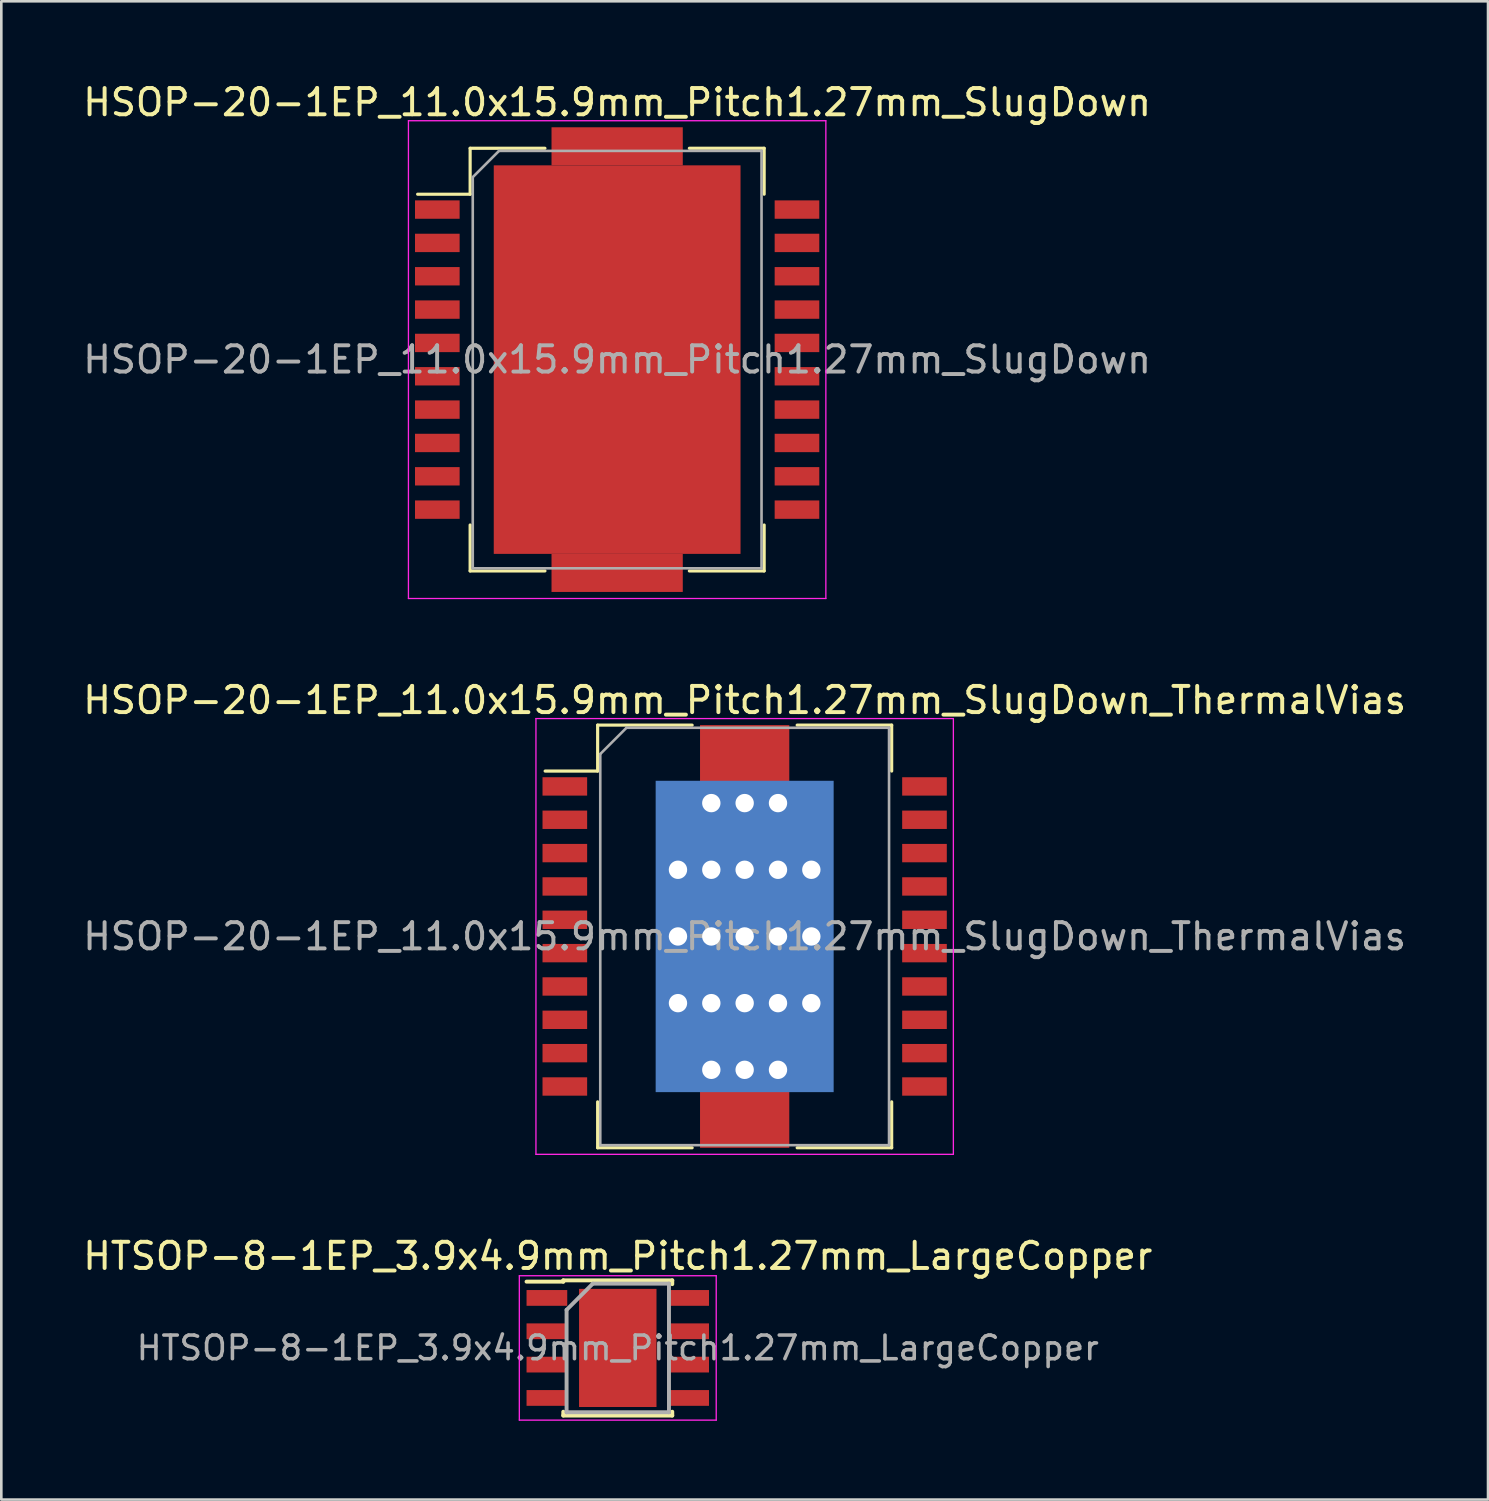
<source format=kicad_pcb>
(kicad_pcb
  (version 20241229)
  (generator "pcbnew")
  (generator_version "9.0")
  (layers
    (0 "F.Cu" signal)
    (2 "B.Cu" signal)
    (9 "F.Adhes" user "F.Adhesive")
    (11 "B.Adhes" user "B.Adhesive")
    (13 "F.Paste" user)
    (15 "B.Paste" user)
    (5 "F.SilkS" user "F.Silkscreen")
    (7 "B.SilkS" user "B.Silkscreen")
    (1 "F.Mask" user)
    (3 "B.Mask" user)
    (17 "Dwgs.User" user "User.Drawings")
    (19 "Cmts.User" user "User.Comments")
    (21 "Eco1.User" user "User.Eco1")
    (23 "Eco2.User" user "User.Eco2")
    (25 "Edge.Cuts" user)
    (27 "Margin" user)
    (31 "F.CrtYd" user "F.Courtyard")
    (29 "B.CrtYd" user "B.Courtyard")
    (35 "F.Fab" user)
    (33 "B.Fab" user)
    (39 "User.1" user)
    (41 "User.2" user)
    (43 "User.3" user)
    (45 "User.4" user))
  (footprint "HSOP-20-1EP_11.0x15.9mm_Pitch1.27mm_SlugDown"
    (layer "F.Cu")
    (at 20.458 10.648)
    (property "Reference" "HSOP-20-1EP_11.0x15.9mm_Pitch1.27mm_SlugDown" (at 0 -9.8 0) (layer "F.SilkS") (effects (font (size 1 1) (thickness 0.15))))
    (attr smd)
    (fp_line (start -5.6 -8.05) (end -5.6 -6.3) (stroke (width 0.12) (type solid)) (layer "F.SilkS"))
    (fp_line (start -5.6 -6.3) (end -7.6 -6.3) (stroke (width 0.12) (type solid)) (layer "F.SilkS"))
    (fp_line (start -5.6 8.05) (end -5.6 6.3) (stroke (width 0.12) (type solid)) (layer "F.SilkS"))
    (fp_line (start -2.75 -8.05) (end -5.6 -8.05) (stroke (width 0.12) (type solid)) (layer "F.SilkS"))
    (fp_line (start -2.75 8.05) (end -5.6 8.05) (stroke (width 0.12) (type solid)) (layer "F.SilkS"))
    (fp_line (start 5.6 -8.05) (end 2.75 -8.05) (stroke (width 0.12) (type solid)) (layer "F.SilkS"))
    (fp_line (start 5.6 -8.05) (end 5.6 -6.3) (stroke (width 0.12) (type solid)) (layer "F.SilkS"))
    (fp_line (start 5.6 8.05) (end 2.75 8.05) (stroke (width 0.12) (type solid)) (layer "F.SilkS"))
    (fp_line (start 5.6 8.05) (end 5.6 6.3) (stroke (width 0.12) (type solid)) (layer "F.SilkS"))
    (fp_line (start -7.95 -9.1) (end -7.95 9.1) (stroke (width 0.05) (type solid)) (layer "F.CrtYd"))
    (fp_line (start -7.95 -9.1) (end 7.95 -9.1) (stroke (width 0.05) (type solid)) (layer "F.CrtYd"))
    (fp_line (start 7.95 9.1) (end -7.95 9.1) (stroke (width 0.05) (type solid)) (layer "F.CrtYd"))
    (fp_line (start 7.95 9.1) (end 7.95 -9.1) (stroke (width 0.05) (type solid)) (layer "F.CrtYd"))
    (fp_line (start -5.5 -6.95) (end -5.5 7.95) (stroke (width 0.1) (type solid)) (layer "F.Fab"))
    (fp_line (start -5.5 7.95) (end 5.5 7.95) (stroke (width 0.1) (type solid)) (layer "F.Fab"))
    (fp_line (start -4.5 -7.95) (end -5.5 -6.95) (stroke (width 0.1) (type solid)) (layer "F.Fab"))
    (fp_line (start 5.5 -7.95) (end -4.5 -7.95) (stroke (width 0.1) (type solid)) (layer "F.Fab"))
    (fp_line (start 5.5 7.95) (end 5.5 -7.95) (stroke (width 0.1) (type solid)) (layer "F.Fab"))
    (fp_text user "${REFERENCE}" (at 0 0 0) (layer "F.Fab") (effects (font (size 1 1) (thickness 0.15))))
    (pad "1" smd rect (at -6.85 -5.715) (size 1.7 0.7) (layers "F.Cu" "F.Mask" "F.Paste"))
    (pad "2" smd rect (at -6.85 -4.445) (size 1.7 0.7) (layers "F.Cu" "F.Mask" "F.Paste"))
    (pad "3" smd rect (at -6.85 -3.175) (size 1.7 0.7) (layers "F.Cu" "F.Mask" "F.Paste"))
    (pad "4" smd rect (at -6.85 -1.905) (size 1.7 0.7) (layers "F.Cu" "F.Mask" "F.Paste"))
    (pad "5" smd rect (at -6.85 -0.635) (size 1.7 0.7) (layers "F.Cu" "F.Mask" "F.Paste"))
    (pad "6" smd rect (at -6.85 0.635) (size 1.7 0.7) (layers "F.Cu" "F.Mask" "F.Paste"))
    (pad "7" smd rect (at -6.85 1.905) (size 1.7 0.7) (layers "F.Cu" "F.Mask" "F.Paste"))
    (pad "8" smd rect (at -6.85 3.175) (size 1.7 0.7) (layers "F.Cu" "F.Mask" "F.Paste"))
    (pad "9" smd rect (at -6.85 4.445) (size 1.7 0.7) (layers "F.Cu" "F.Mask" "F.Paste"))
    (pad "10" smd rect (at -6.85 5.715) (size 1.7 0.7) (layers "F.Cu" "F.Mask" "F.Paste"))
    (pad "11" smd rect (at 6.85 5.715) (size 1.7 0.7) (layers "F.Cu" "F.Mask" "F.Paste"))
    (pad "12" smd rect (at 6.85 4.445) (size 1.7 0.7) (layers "F.Cu" "F.Mask" "F.Paste"))
    (pad "13" smd rect (at 6.85 3.175) (size 1.7 0.7) (layers "F.Cu" "F.Mask" "F.Paste"))
    (pad "14" smd rect (at 6.85 1.905) (size 1.7 0.7) (layers "F.Cu" "F.Mask" "F.Paste"))
    (pad "15" smd rect (at 6.85 0.635) (size 1.7 0.7) (layers "F.Cu" "F.Mask" "F.Paste"))
    (pad "16" smd rect (at 6.85 -0.635) (size 1.7 0.7) (layers "F.Cu" "F.Mask" "F.Paste"))
    (pad "17" smd rect (at 6.85 -1.905) (size 1.7 0.7) (layers "F.Cu" "F.Mask" "F.Paste"))
    (pad "18" smd rect (at 6.85 -3.175) (size 1.7 0.7) (layers "F.Cu" "F.Mask" "F.Paste"))
    (pad "19" smd rect (at 6.85 -4.445) (size 1.7 0.7) (layers "F.Cu" "F.Mask" "F.Paste"))
    (pad "20" smd rect (at 6.85 -5.715) (size 1.7 0.7) (layers "F.Cu" "F.Mask" "F.Paste"))
    (pad "21" smd rect (at 0 -8.125) (size 5 1.45) (layers "F.Cu" "F.Mask" "F.Paste"))
    (pad "21" smd rect (at 0 0) (size 9.4 14.8) (layers "F.Cu" "F.Mask" "F.Paste"))
    (pad "21" smd rect (at 0 8.125) (size 5 1.45) (layers "F.Cu" "F.Mask" "F.Paste")))
  (footprint "HSOP-20-1EP_11.0x15.9mm_Pitch1.27mm_SlugDown_ThermalVias"
    (layer "F.Cu")
    (at 25.315 32.621)
    (property "Reference" "HSOP-20-1EP_11.0x15.9mm_Pitch1.27mm_SlugDown_ThermalVias" (at 0 -9 0) (layer "F.SilkS") (effects (font (size 1 1) (thickness 0.15))))
    (attr smd)
    (fp_line (start -5.6 -8.05) (end -5.6 -6.3) (stroke (width 0.12) (type solid)) (layer "F.SilkS"))
    (fp_line (start -5.6 -6.3) (end -7.6 -6.3) (stroke (width 0.12) (type solid)) (layer "F.SilkS"))
    (fp_line (start -5.6 8.05) (end -5.6 6.3) (stroke (width 0.12) (type solid)) (layer "F.SilkS"))
    (fp_line (start -2 -8.05) (end -5.6 -8.05) (stroke (width 0.12) (type solid)) (layer "F.SilkS"))
    (fp_line (start -2 8.05) (end -5.6 8.05) (stroke (width 0.12) (type solid)) (layer "F.SilkS"))
    (fp_line (start 5.6 -8.05) (end 2 -8.05) (stroke (width 0.12) (type solid)) (layer "F.SilkS"))
    (fp_line (start 5.6 -8.05) (end 5.6 -6.3) (stroke (width 0.12) (type solid)) (layer "F.SilkS"))
    (fp_line (start 5.6 8.05) (end 2 8.05) (stroke (width 0.12) (type solid)) (layer "F.SilkS"))
    (fp_line (start 5.6 8.05) (end 5.6 6.3) (stroke (width 0.12) (type solid)) (layer "F.SilkS"))
    (fp_line (start -7.95 -8.3) (end -7.95 8.3) (stroke (width 0.05) (type solid)) (layer "F.CrtYd"))
    (fp_line (start -7.95 -8.3) (end 7.95 -8.3) (stroke (width 0.05) (type solid)) (layer "F.CrtYd"))
    (fp_line (start 7.95 8.3) (end -7.95 8.3) (stroke (width 0.05) (type solid)) (layer "F.CrtYd"))
    (fp_line (start 7.95 8.3) (end 7.95 -8.3) (stroke (width 0.05) (type solid)) (layer "F.CrtYd"))
    (fp_line (start -5.5 -6.95) (end -5.5 7.95) (stroke (width 0.1) (type solid)) (layer "F.Fab"))
    (fp_line (start -5.5 7.95) (end 5.5 7.95) (stroke (width 0.1) (type solid)) (layer "F.Fab"))
    (fp_line (start -4.5 -7.95) (end -5.5 -6.95) (stroke (width 0.1) (type solid)) (layer "F.Fab"))
    (fp_line (start 5.5 -7.95) (end -4.5 -7.95) (stroke (width 0.1) (type solid)) (layer "F.Fab"))
    (fp_line (start 5.5 7.95) (end 5.5 -7.95) (stroke (width 0.1) (type solid)) (layer "F.Fab"))
    (fp_text user "${REFERENCE}" (at 0 0 0) (layer "F.Fab") (effects (font (size 1 1) (thickness 0.15))))
    (pad "1" smd rect (at -6.85 -5.715) (size 1.7 0.7) (layers "F.Cu" "F.Mask" "F.Paste"))
    (pad "2" smd rect (at -6.85 -4.445) (size 1.7 0.7) (layers "F.Cu" "F.Mask" "F.Paste"))
    (pad "3" smd rect (at -6.85 -3.175) (size 1.7 0.7) (layers "F.Cu" "F.Mask" "F.Paste"))
    (pad "4" smd rect (at -6.85 -1.905) (size 1.7 0.7) (layers "F.Cu" "F.Mask" "F.Paste"))
    (pad "5" smd rect (at -6.85 -0.635) (size 1.7 0.7) (layers "F.Cu" "F.Mask" "F.Paste"))
    (pad "6" smd rect (at -6.85 0.635) (size 1.7 0.7) (layers "F.Cu" "F.Mask" "F.Paste"))
    (pad "7" smd rect (at -6.85 1.905) (size 1.7 0.7) (layers "F.Cu" "F.Mask" "F.Paste"))
    (pad "8" smd rect (at -6.85 3.175) (size 1.7 0.7) (layers "F.Cu" "F.Mask" "F.Paste"))
    (pad "9" smd rect (at -6.85 4.445) (size 1.7 0.7) (layers "F.Cu" "F.Mask" "F.Paste"))
    (pad "10" smd rect (at -6.85 5.715) (size 1.7 0.7) (layers "F.Cu" "F.Mask" "F.Paste"))
    (pad "11" smd rect (at 6.85 5.715) (size 1.7 0.7) (layers "F.Cu" "F.Mask" "F.Paste"))
    (pad "12" smd rect (at 6.85 4.445) (size 1.7 0.7) (layers "F.Cu" "F.Mask" "F.Paste"))
    (pad "13" smd rect (at 6.85 3.175) (size 1.7 0.7) (layers "F.Cu" "F.Mask" "F.Paste"))
    (pad "14" smd rect (at 6.85 1.905) (size 1.7 0.7) (layers "F.Cu" "F.Mask" "F.Paste"))
    (pad "15" smd rect (at 6.85 0.635) (size 1.7 0.7) (layers "F.Cu" "F.Mask" "F.Paste"))
    (pad "16" smd rect (at 6.85 -0.635) (size 1.7 0.7) (layers "F.Cu" "F.Mask" "F.Paste"))
    (pad "17" smd rect (at 6.85 -1.905) (size 1.7 0.7) (layers "F.Cu" "F.Mask" "F.Paste"))
    (pad "18" smd rect (at 6.85 -3.175) (size 1.7 0.7) (layers "F.Cu" "F.Mask" "F.Paste"))
    (pad "19" smd rect (at 6.85 -4.445) (size 1.7 0.7) (layers "F.Cu" "F.Mask" "F.Paste"))
    (pad "20" smd rect (at 6.85 -5.715) (size 1.7 0.7) (layers "F.Cu" "F.Mask" "F.Paste"))
    (pad "21" thru_hole circle (at -2.54 -2.54) (size 1 1) (drill 0.7) (layers "*.Cu" "*.Mask"))
    (pad "21" thru_hole circle (at -2.54 0) (size 1 1) (drill 0.7) (layers "*.Cu" "*.Mask"))
    (pad "21" thru_hole circle (at -2.54 2.54) (size 1 1) (drill 0.7) (layers "*.Cu" "*.Mask"))
    (pad "21" thru_hole circle (at -1.27 -5.08) (size 1 1) (drill 0.7) (layers "*.Cu" "*.Mask"))
    (pad "21" thru_hole circle (at -1.27 -2.54) (size 1 1) (drill 0.7) (layers "*.Cu" "*.Mask"))
    (pad "21" thru_hole circle (at -1.27 0) (size 1 1) (drill 0.7) (layers "*.Cu" "*.Mask"))
    (pad "21" thru_hole circle (at -1.27 2.54) (size 1 1) (drill 0.7) (layers "*.Cu" "*.Mask"))
    (pad "21" thru_hole circle (at -1.27 5.08) (size 1 1) (drill 0.7) (layers "*.Cu" "*.Mask"))
    (pad "21" smd rect (at 0 -6.843) (size 3.4 2.415) (layers "F.Cu" "F.Mask" "F.Paste"))
    (pad "21" thru_hole circle (at 0 -5.08) (size 1 1) (drill 0.7) (layers "*.Cu" "*.Mask"))
    (pad "21" thru_hole circle (at 0 -2.54) (size 1 1) (drill 0.7) (layers "*.Cu" "*.Mask"))
    (pad "21" thru_hole circle (at 0 0) (size 1 1) (drill 0.7) (layers "*.Cu" "*.Mask"))
    (pad "21" smd rect (at 0 0) (size 6.4 11.27) (layers "F.Cu" "F.Mask" "F.Paste"))
    (pad "21" smd rect (at 0 0) (size 6.78 11.86) (layers "B.Cu" "B.Mask"))
    (pad "21" thru_hole circle (at 0 2.54) (size 1 1) (drill 0.7) (layers "*.Cu" "*.Mask"))
    (pad "21" thru_hole circle (at 0 5.08) (size 1 1) (drill 0.7) (layers "*.Cu" "*.Mask"))
    (pad "21" smd rect (at 0 6.843) (size 3.4 2.415) (layers "F.Cu" "F.Mask" "F.Paste"))
    (pad "21" thru_hole circle (at 1.27 -5.08) (size 1 1) (drill 0.7) (layers "*.Cu" "*.Mask"))
    (pad "21" thru_hole circle (at 1.27 -2.54) (size 1 1) (drill 0.7) (layers "*.Cu" "*.Mask"))
    (pad "21" thru_hole circle (at 1.27 0) (size 1 1) (drill 0.7) (layers "*.Cu" "*.Mask"))
    (pad "21" thru_hole circle (at 1.27 2.54) (size 1 1) (drill 0.7) (layers "*.Cu" "*.Mask"))
    (pad "21" thru_hole circle (at 1.27 5.08) (size 1 1) (drill 0.7) (layers "*.Cu" "*.Mask"))
    (pad "21" thru_hole circle (at 2.54 -2.54) (size 1 1) (drill 0.7) (layers "*.Cu" "*.Mask"))
    (pad "21" thru_hole circle (at 2.54 0) (size 1 1) (drill 0.7) (layers "*.Cu" "*.Mask"))
    (pad "21" thru_hole circle (at 2.54 2.54) (size 1 1) (drill 0.7) (layers "*.Cu" "*.Mask")))
  (footprint "HTSOP-8-1EP_3.9x4.9mm_Pitch1.27mm_LargeCopper"
    (layer "F.Cu")
    (at 20.482 48.295)
    (property "Reference" "HTSOP-8-1EP_3.9x4.9mm_Pitch1.27mm_LargeCopper" (at 0 -3.5 0) (layer "F.SilkS") (effects (font (size 1 1) (thickness 0.15))))
    (attr smd)
    (fp_line (start -2.075 -2.575) (end -2.075 -2.525) (stroke (width 0.15) (type solid)) (layer "F.SilkS"))
    (fp_line (start -2.075 -2.575) (end 2.075 -2.575) (stroke (width 0.15) (type solid)) (layer "F.SilkS"))
    (fp_line (start -2.075 -2.525) (end -3.475 -2.525) (stroke (width 0.15) (type solid)) (layer "F.SilkS"))
    (fp_line (start -2.075 2.575) (end -2.075 2.43) (stroke (width 0.15) (type solid)) (layer "F.SilkS"))
    (fp_line (start -2.075 2.575) (end 2.075 2.575) (stroke (width 0.15) (type solid)) (layer "F.SilkS"))
    (fp_line (start 2.075 -2.575) (end 2.075 -2.43) (stroke (width 0.15) (type solid)) (layer "F.SilkS"))
    (fp_line (start 2.075 2.575) (end 2.075 2.43) (stroke (width 0.15) (type solid)) (layer "F.SilkS"))
    (fp_line (start -3.75 -2.75) (end -3.75 2.75) (stroke (width 0.05) (type solid)) (layer "F.CrtYd"))
    (fp_line (start -3.75 -2.75) (end 3.75 -2.75) (stroke (width 0.05) (type solid)) (layer "F.CrtYd"))
    (fp_line (start -3.75 2.75) (end 3.75 2.75) (stroke (width 0.05) (type solid)) (layer "F.CrtYd"))
    (fp_line (start 3.75 -2.75) (end 3.75 2.75) (stroke (width 0.05) (type solid)) (layer "F.CrtYd"))
    (fp_line (start -1.95 -1.45) (end -0.95 -2.45) (stroke (width 0.15) (type solid)) (layer "F.Fab"))
    (fp_line (start -1.95 2.45) (end -1.95 -1.45) (stroke (width 0.15) (type solid)) (layer "F.Fab"))
    (fp_line (start -0.95 -2.45) (end 1.95 -2.45) (stroke (width 0.15) (type solid)) (layer "F.Fab"))
    (fp_line (start 1.95 -2.45) (end 1.95 2.45) (stroke (width 0.15) (type solid)) (layer "F.Fab"))
    (fp_line (start 1.95 2.45) (end -1.95 2.45) (stroke (width 0.15) (type solid)) (layer "F.Fab"))
    (fp_text user "${REFERENCE}" (at 0 0 0) (layer "F.Fab") (effects (font (size 0.9 0.9) (thickness 0.135))))
    (pad "1" smd rect (at -2.7 -1.905) (size 1.55 0.6) (layers "F.Cu" "F.Mask" "F.Paste"))
    (pad "2" smd rect (at -2.7 -0.635) (size 1.55 0.6) (layers "F.Cu" "F.Mask" "F.Paste"))
    (pad "3" smd rect (at -2.7 0.635) (size 1.55 0.6) (layers "F.Cu" "F.Mask" "F.Paste"))
    (pad "4" smd rect (at -2.7 1.905) (size 1.55 0.6) (layers "F.Cu" "F.Mask" "F.Paste"))
    (pad "5" smd rect (at 2.7 1.905) (size 1.55 0.6) (layers "F.Cu" "F.Mask" "F.Paste"))
    (pad "6" smd rect (at 2.7 0.635) (size 1.55 0.6) (layers "F.Cu" "F.Mask" "F.Paste"))
    (pad "7" smd rect (at 2.7 -0.635) (size 1.55 0.6) (layers "F.Cu" "F.Mask" "F.Paste"))
    (pad "8" smd rect (at 2.7 -1.905) (size 1.55 0.6) (layers "F.Cu" "F.Mask" "F.Paste"))
    (pad "9" smd rect (at -0.6 -0.8) (size 1.2 1.6) (layers "F.Cu" "F.Mask" "F.Paste"))
    (pad "9" smd rect (at -0.6 0.8) (size 1.2 1.6) (layers "F.Cu" "F.Mask" "F.Paste"))
    (pad "9" smd rect (at 0 0) (size 2.95 4.5) (layers "F.Cu"))
    (pad "9" smd rect (at 0.6 -0.8) (size 1.2 1.6) (layers "F.Cu" "F.Mask" "F.Paste"))
    (pad "9" smd rect (at 0.6 0.8) (size 1.2 1.6) (layers "F.Cu" "F.Mask" "F.Paste")))
  (gr_rect
    (start -3 -3)
    (end 53.631 54.07)
    (stroke (width 0.1) (type default))
    (fill no)
    (layer "Edge.Cuts")))
</source>
